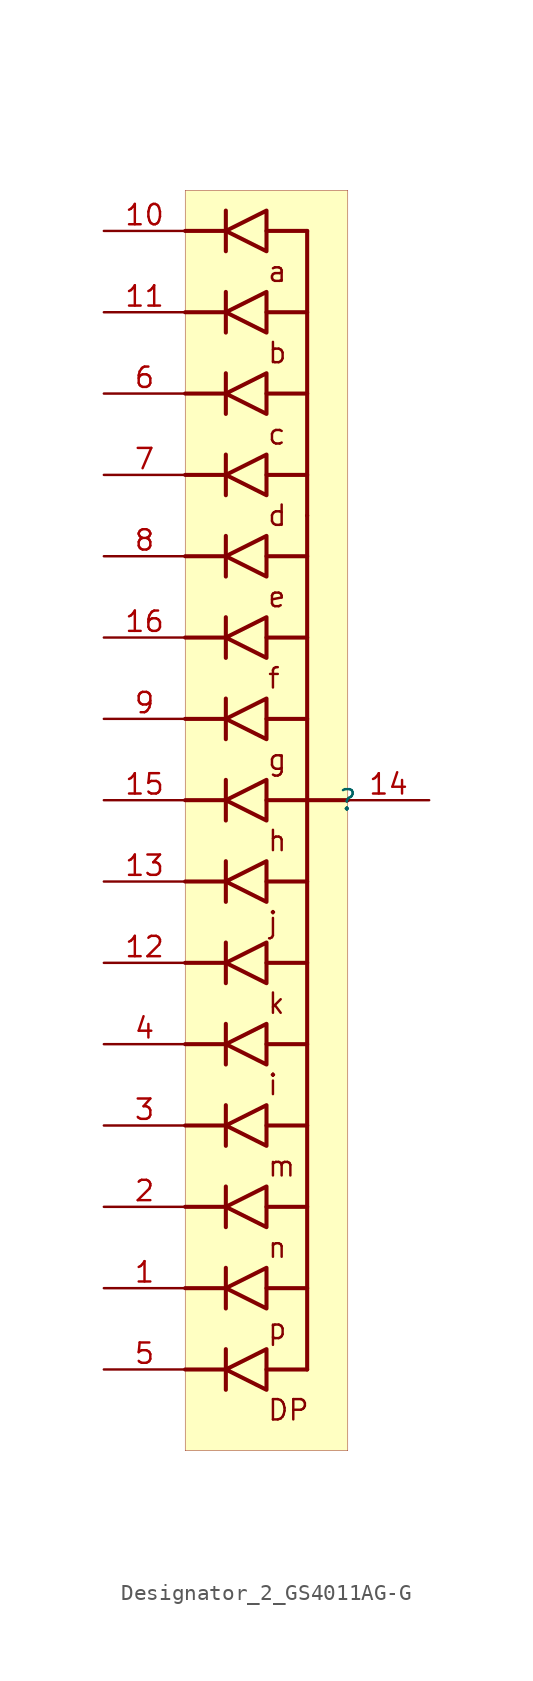
<source format=kicad_sym>
(kicad_symbol_lib
  (version 20231120)
  (generator "kicad_symbol_editor")
  (generator_version "8.0")
  (symbol "Designator_2_GS4011AG-G"
    (property "Reference" ""
      (at 0 0 0)
      (effects (font (size 1.27 1.27))))
    (property "Value" ""
      (at 0 0 0)
      (effects (font (size 1.27 1.27))))
    (symbol "Designator_2_GS4011AG-G_1_0"
      (polyline (pts (xy -7.62 -36.83) (xy -7.62 -34.29)) (stroke (width 0.254) (type solid)) (fill (type none)))
      (polyline (pts (xy -7.62 -35.56) (xy -10.16 -35.56)) (stroke (width 0.254) (type solid)) (fill (type none)))
      (polyline (pts (xy -7.62 -31.75) (xy -7.62 -29.21)) (stroke (width 0.254) (type solid)) (fill (type none)))
      (polyline (pts (xy -7.62 -30.48) (xy -10.16 -30.48)) (stroke (width 0.254) (type solid)) (fill (type none)))
      (polyline (pts (xy -7.62 -26.67) (xy -7.62 -24.13)) (stroke (width 0.254) (type solid)) (fill (type none)))
      (polyline (pts (xy -7.62 -25.4) (xy -10.16 -25.4)) (stroke (width 0.254) (type solid)) (fill (type none)))
      (polyline (pts (xy -7.62 -21.59) (xy -7.62 -19.05)) (stroke (width 0.254) (type solid)) (fill (type none)))
      (polyline (pts (xy -7.62 -20.32) (xy -10.16 -20.32)) (stroke (width 0.254) (type solid)) (fill (type none)))
      (polyline (pts (xy -7.62 -16.51) (xy -7.62 -13.97)) (stroke (width 0.254) (type solid)) (fill (type none)))
      (polyline (pts (xy -7.62 -15.24) (xy -10.16 -15.24)) (stroke (width 0.254) (type solid)) (fill (type none)))
      (polyline (pts (xy -7.62 -11.43) (xy -7.62 -8.89)) (stroke (width 0.254) (type solid)) (fill (type none)))
      (polyline (pts (xy -7.62 -10.16) (xy -10.16 -10.16)) (stroke (width 0.254) (type solid)) (fill (type none)))
      (polyline (pts (xy -7.62 -6.35) (xy -7.62 -3.81)) (stroke (width 0.254) (type solid)) (fill (type none)))
      (polyline (pts (xy -7.62 -5.08) (xy -10.16 -5.08)) (stroke (width 0.254) (type solid)) (fill (type none)))
      (polyline (pts (xy -7.62 -1.27) (xy -7.62 1.27)) (stroke (width 0.254) (type solid)) (fill (type none)))
      (polyline (pts (xy -7.62 0) (xy -10.16 0)) (stroke (width 0.254) (type solid)) (fill (type none)))
      (polyline (pts (xy -7.62 3.81) (xy -7.62 6.35)) (stroke (width 0.254) (type solid)) (fill (type none)))
      (polyline (pts (xy -7.62 5.08) (xy -10.16 5.08)) (stroke (width 0.254) (type solid)) (fill (type none)))
      (polyline (pts (xy -7.62 8.89) (xy -7.62 11.43)) (stroke (width 0.254) (type solid)) (fill (type none)))
      (polyline (pts (xy -7.62 10.16) (xy -10.16 10.16)) (stroke (width 0.254) (type solid)) (fill (type none)))
      (polyline (pts (xy -7.62 13.97) (xy -7.62 16.51)) (stroke (width 0.254) (type solid)) (fill (type none)))
      (polyline (pts (xy -7.62 15.24) (xy -10.16 15.24)) (stroke (width 0.254) (type solid)) (fill (type none)))
      (polyline (pts (xy -7.62 19.05) (xy -7.62 21.59)) (stroke (width 0.254) (type solid)) (fill (type none)))
      (polyline (pts (xy -7.62 20.32) (xy -10.16 20.32)) (stroke (width 0.254) (type solid)) (fill (type none)))
      (polyline (pts (xy -7.62 24.13) (xy -7.62 26.67)) (stroke (width 0.254) (type solid)) (fill (type none)))
      (polyline (pts (xy -7.62 25.4) (xy -10.16 25.4)) (stroke (width 0.254) (type solid)) (fill (type none)))
      (polyline (pts (xy -7.62 29.21) (xy -7.62 31.75)) (stroke (width 0.254) (type solid)) (fill (type none)))
      (polyline (pts (xy -7.62 30.48) (xy -10.16 30.48)) (stroke (width 0.254) (type solid)) (fill (type none)))
      (polyline (pts (xy -7.62 34.29) (xy -7.62 36.83)) (stroke (width 0.254) (type solid)) (fill (type none)))
      (polyline (pts (xy -7.62 35.56) (xy -10.16 35.56)) (stroke (width 0.254) (type solid)) (fill (type none)))
      (polyline (pts (xy -2.54 -35.56) (xy -5.08 -35.56)) (stroke (width 0.254) (type solid)) (fill (type none)))
      (polyline (pts (xy -2.54 -35.56) (xy -2.54 17.78)) (stroke (width 0.254) (type solid)) (fill (type none)))
      (polyline (pts (xy -2.54 -30.48) (xy -5.08 -30.48)) (stroke (width 0.254) (type solid)) (fill (type none)))
      (polyline (pts (xy -2.54 -25.4) (xy -5.08 -25.4)) (stroke (width 0.254) (type solid)) (fill (type none)))
      (polyline (pts (xy -2.54 -20.32) (xy -5.08 -20.32)) (stroke (width 0.254) (type solid)) (fill (type none)))
      (polyline (pts (xy -2.54 -15.24) (xy -5.08 -15.24)) (stroke (width 0.254) (type solid)) (fill (type none)))
      (polyline (pts (xy -2.54 -10.16) (xy -5.08 -10.16)) (stroke (width 0.254) (type solid)) (fill (type none)))
      (polyline (pts (xy -2.54 -5.08) (xy -5.08 -5.08)) (stroke (width 0.254) (type solid)) (fill (type none)))
      (polyline (pts (xy -2.54 0) (xy -5.08 0)) (stroke (width 0.254) (type solid)) (fill (type none)))
      (polyline (pts (xy -2.54 5.08) (xy -5.08 5.08)) (stroke (width 0.254) (type solid)) (fill (type none)))
      (polyline (pts (xy -2.54 10.16) (xy -5.08 10.16)) (stroke (width 0.254) (type solid)) (fill (type none)))
      (polyline (pts (xy -2.54 15.24) (xy -5.08 15.24)) (stroke (width 0.254) (type solid)) (fill (type none)))
      (polyline (pts (xy -2.54 17.78) (xy -2.54 35.56)) (stroke (width 0.254) (type solid)) (fill (type none)))
      (polyline (pts (xy -2.54 20.32) (xy -5.08 20.32)) (stroke (width 0.254) (type solid)) (fill (type none)))
      (polyline (pts (xy -2.54 25.4) (xy -5.08 25.4)) (stroke (width 0.254) (type solid)) (fill (type none)))
      (polyline (pts (xy -2.54 30.48) (xy -5.08 30.48)) (stroke (width 0.254) (type solid)) (fill (type none)))
      (polyline (pts (xy -2.54 35.56) (xy -5.08 35.56)) (stroke (width 0.254) (type solid)) (fill (type none)))
      (polyline (pts (xy 0 0) (xy -2.54 0)) (stroke (width 0.254) (type solid)) (fill (type none)))
      (polyline (pts (xy -5.08 -36.83) (xy -5.08 -34.29) (xy -7.62 -35.56) (xy -5.08 -36.83)) (stroke (width 0.254) (type solid)) (fill (type none)))
      (polyline (pts (xy -5.08 -31.75) (xy -5.08 -29.21) (xy -7.62 -30.48) (xy -5.08 -31.75)) (stroke (width 0.254) (type solid)) (fill (type none)))
      (polyline (pts (xy -5.08 -26.67) (xy -5.08 -24.13) (xy -7.62 -25.4) (xy -5.08 -26.67)) (stroke (width 0.254) (type solid)) (fill (type none)))
      (polyline (pts (xy -5.08 -21.59) (xy -5.08 -19.05) (xy -7.62 -20.32) (xy -5.08 -21.59)) (stroke (width 0.254) (type solid)) (fill (type none)))
      (polyline (pts (xy -5.08 -16.51) (xy -5.08 -13.97) (xy -7.62 -15.24) (xy -5.08 -16.51)) (stroke (width 0.254) (type solid)) (fill (type none)))
      (polyline (pts (xy -5.08 -11.43) (xy -5.08 -8.89) (xy -7.62 -10.16) (xy -5.08 -11.43)) (stroke (width 0.254) (type solid)) (fill (type none)))
      (polyline (pts (xy -5.08 -6.35) (xy -5.08 -3.81) (xy -7.62 -5.08) (xy -5.08 -6.35)) (stroke (width 0.254) (type solid)) (fill (type none)))
      (polyline (pts (xy -5.08 -1.27) (xy -5.08 1.27) (xy -7.62 0) (xy -5.08 -1.27)) (stroke (width 0.254) (type solid)) (fill (type none)))
      (polyline (pts (xy -5.08 3.81) (xy -5.08 6.35) (xy -7.62 5.08) (xy -5.08 3.81)) (stroke (width 0.254) (type solid)) (fill (type none)))
      (polyline (pts (xy -5.08 8.89) (xy -5.08 11.43) (xy -7.62 10.16) (xy -5.08 8.89)) (stroke (width 0.254) (type solid)) (fill (type none)))
      (polyline (pts (xy -5.08 13.97) (xy -5.08 16.51) (xy -7.62 15.24) (xy -5.08 13.97)) (stroke (width 0.254) (type solid)) (fill (type none)))
      (polyline (pts (xy -5.08 19.05) (xy -5.08 21.59) (xy -7.62 20.32) (xy -5.08 19.05)) (stroke (width 0.254) (type solid)) (fill (type none)))
      (polyline (pts (xy -5.08 24.13) (xy -5.08 26.67) (xy -7.62 25.4) (xy -5.08 24.13)) (stroke (width 0.254) (type solid)) (fill (type none)))
      (polyline (pts (xy -5.08 29.21) (xy -5.08 31.75) (xy -7.62 30.48) (xy -5.08 29.21)) (stroke (width 0.254) (type solid)) (fill (type none)))
      (polyline (pts (xy -5.08 34.29) (xy -5.08 36.83) (xy -7.62 35.56) (xy -5.08 34.29)) (stroke (width 0.254) (type solid)) (fill (type none)))
      (rectangle (start 0 38.1) (end -10.16 -40.64) (stroke (width 0.025) (type solid) (color 128 0 0 1)) (fill (type background)))
      (text "a" (at -5.08 33.02 0) (effects (font (size 1.27 1.27)) (justify left)))
      (text "b" (at -5.08 27.94 0) (effects (font (size 1.27 1.27)) (justify left)))
      (text "c" (at -5.08 22.86 0) (effects (font (size 1.27 1.27)) (justify left)))
      (text "d" (at -5.08 17.78 0) (effects (font (size 1.27 1.27)) (justify left)))
      (text "DP" (at -5.08 -38.1 0) (effects (font (size 1.27 1.27)) (justify left)))
      (text "e" (at -5.08 12.7 0) (effects (font (size 1.27 1.27)) (justify left)))
      (text "f" (at -5.08 7.62 0) (effects (font (size 1.27 1.27)) (justify left)))
      (text "g" (at -5.08 2.54 0) (effects (font (size 1.27 1.27)) (justify left)))
      (text "h" (at -5.08 -2.54 0) (effects (font (size 1.27 1.27)) (justify left)))
      (text "i" (at -5.08 -17.78 0) (effects (font (size 1.27 1.27)) (justify left)))
      (text "j" (at -5.08 -7.62 0) (effects (font (size 1.27 1.27)) (justify left)))
      (text "k" (at -5.08 -12.7 0) (effects (font (size 1.27 1.27)) (justify left)))
      (text "m" (at -5.08 -22.86 0) (effects (font (size 1.27 1.27)) (justify left)))
      (text "n" (at -5.08 -27.94 0) (effects (font (size 1.27 1.27)) (justify left)))
      (text "p" (at -5.08 -33.02 0) (effects (font (size 1.27 1.27)) (justify left)))
      (pin passive line (at -15.24 -30.48 0) (length 5.08) (name "1" (effects (font (size 0 0)))) (number "1" (effects (font (size 1.27 1.27)))))
      (pin passive line (at -15.24 35.56 0) (length 5.08) (name "10" (effects (font (size 0 0)))) (number "10" (effects (font (size 1.27 1.27)))))
      (pin passive line (at -15.24 30.48 0) (length 5.08) (name "11" (effects (font (size 0 0)))) (number "11" (effects (font (size 1.27 1.27)))))
      (pin passive line (at -15.24 -10.16 0) (length 5.08) (name "12" (effects (font (size 0 0)))) (number "12" (effects (font (size 1.27 1.27)))))
      (pin passive line (at -15.24 -5.08 0) (length 5.08) (name "13" (effects (font (size 0 0)))) (number "13" (effects (font (size 1.27 1.27)))))
      (pin passive line (at 5.08 0 180) (length 5.08) (name "14" (effects (font (size 0 0)))) (number "14" (effects (font (size 1.27 1.27)))))
      (pin passive line (at -15.24 0 0) (length 5.08) (name "15" (effects (font (size 0 0)))) (number "15" (effects (font (size 1.27 1.27)))))
      (pin passive line (at -15.24 10.16 0) (length 5.08) (name "16" (effects (font (size 0 0)))) (number "16" (effects (font (size 1.27 1.27)))))
      (pin passive line (at -15.24 -25.4 0) (length 5.08) (name "2" (effects (font (size 0 0)))) (number "2" (effects (font (size 1.27 1.27)))))
      (pin passive line (at -15.24 -20.32 0) (length 5.08) (name "3" (effects (font (size 0 0)))) (number "3" (effects (font (size 1.27 1.27)))))
      (pin passive line (at -15.24 -15.24 0) (length 5.08) (name "4" (effects (font (size 0 0)))) (number "4" (effects (font (size 1.27 1.27)))))
      (pin passive line (at -15.24 -35.56 0) (length 5.08) (name "5" (effects (font (size 0 0)))) (number "5" (effects (font (size 1.27 1.27)))))
      (pin passive line (at -15.24 25.4 0) (length 5.08) (name "6" (effects (font (size 0 0)))) (number "6" (effects (font (size 1.27 1.27)))))
      (pin passive line (at -15.24 20.32 0) (length 5.08) (name "7" (effects (font (size 0 0)))) (number "7" (effects (font (size 1.27 1.27)))))
      (pin passive line (at -15.24 15.24 0) (length 5.08) (name "8" (effects (font (size 0 0)))) (number "8" (effects (font (size 1.27 1.27)))))
      (pin passive line (at -15.24 5.08 0) (length 5.08) (name "9" (effects (font (size 0 0)))) (number "9" (effects (font (size 1.27 1.27))))))))
</source>
